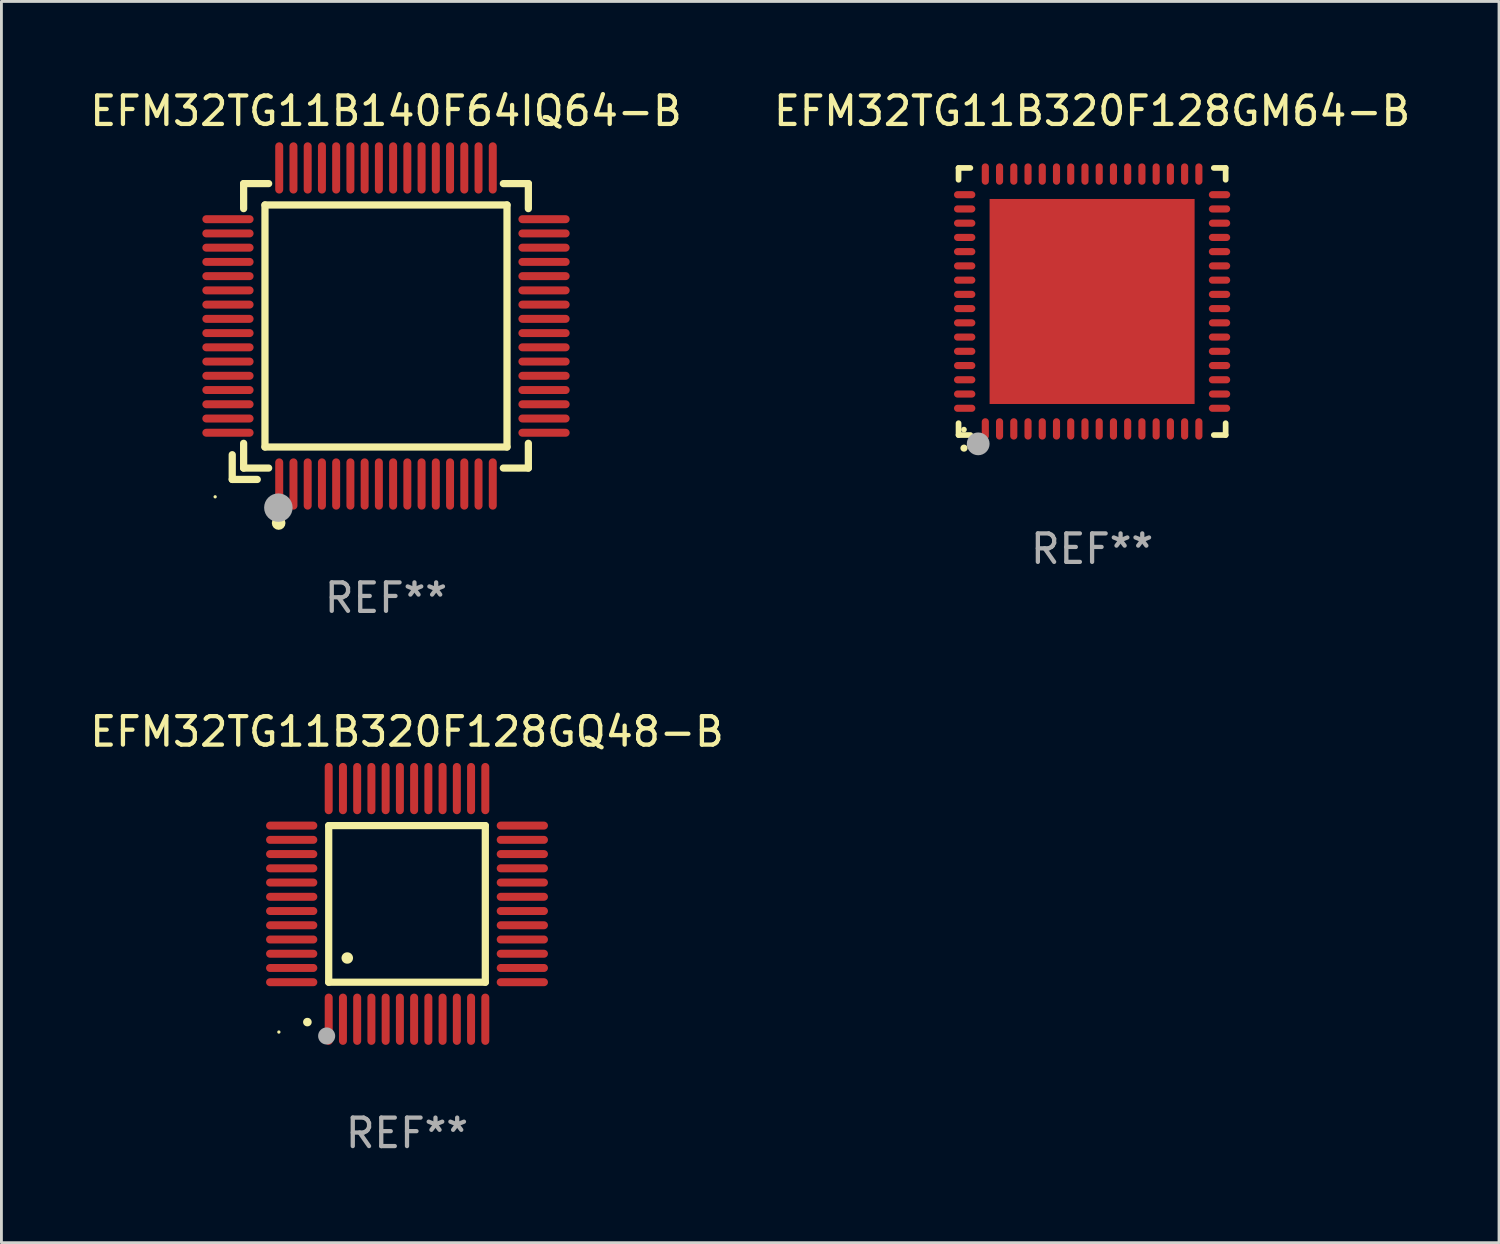
<source format=kicad_pcb>
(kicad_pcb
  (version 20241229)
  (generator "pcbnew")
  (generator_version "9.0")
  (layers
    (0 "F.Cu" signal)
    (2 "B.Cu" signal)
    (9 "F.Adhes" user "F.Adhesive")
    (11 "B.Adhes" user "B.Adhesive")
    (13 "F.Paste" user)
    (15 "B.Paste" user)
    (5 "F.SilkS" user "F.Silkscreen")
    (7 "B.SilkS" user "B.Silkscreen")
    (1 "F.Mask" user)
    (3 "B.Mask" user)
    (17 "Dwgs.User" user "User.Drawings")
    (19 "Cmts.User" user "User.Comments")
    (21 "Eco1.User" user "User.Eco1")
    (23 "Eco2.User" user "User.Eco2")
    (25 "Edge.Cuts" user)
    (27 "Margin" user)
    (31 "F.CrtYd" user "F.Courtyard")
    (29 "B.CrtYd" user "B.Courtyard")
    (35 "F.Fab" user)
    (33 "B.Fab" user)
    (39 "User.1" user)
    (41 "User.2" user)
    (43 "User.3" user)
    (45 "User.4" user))
  (footprint "EFM32TG11B140F64IQ64-B"
    (layer "F.Cu")
    (at 10.506 8.398)
    (property "Reference" "EFM32TG11B140F64IQ64-B" (at 0 -7.55 0) (layer "F.SilkS") (effects (font (size 1 1) (thickness 0.15))))
    (attr through_hole)
    (fp_line (start -5.4 4.521) (end -5.4 5.39) (stroke (width 0.254) (type solid)) (layer "F.SilkS"))
    (fp_line (start -5.4 5.39) (end -4.521 5.39) (stroke (width 0.254) (type solid)) (layer "F.SilkS"))
    (fp_line (start -5 -5) (end -5 -4.121) (stroke (width 0.254) (type solid)) (layer "F.SilkS"))
    (fp_line (start -5 4.121) (end -5 4.99) (stroke (width 0.254) (type solid)) (layer "F.SilkS"))
    (fp_line (start -5 4.99) (end -4.121 4.99) (stroke (width 0.254) (type solid)) (layer "F.SilkS"))
    (fp_line (start -4.25 -4.25) (end -4.25 4.25) (stroke (width 0.254) (type solid)) (layer "F.SilkS"))
    (fp_line (start -4.25 4.25) (end 4.25 4.25) (stroke (width 0.254) (type solid)) (layer "F.SilkS"))
    (fp_line (start -4.121 -5) (end -5 -5) (stroke (width 0.254) (type solid)) (layer "F.SilkS"))
    (fp_line (start 4.121 4.99) (end 5 4.99) (stroke (width 0.254) (type solid)) (layer "F.SilkS"))
    (fp_line (start 4.25 -4.25) (end -4.25 -4.25) (stroke (width 0.254) (type solid)) (layer "F.SilkS"))
    (fp_line (start 4.25 4.25) (end 4.25 -4.25) (stroke (width 0.254) (type solid)) (layer "F.SilkS"))
    (fp_line (start 5 -5) (end 4.121 -5) (stroke (width 0.254) (type solid)) (layer "F.SilkS"))
    (fp_line (start 5 -4.121) (end 5 -5) (stroke (width 0.254) (type solid)) (layer "F.SilkS"))
    (fp_line (start 5 4.99) (end 5 4.121) (stroke (width 0.254) (type solid)) (layer "F.SilkS"))
    (fp_circle (center -6 6) (end -5.97 6) (stroke (width 0.06) (type solid)) (fill no) (layer "F.SilkS"))
    (fp_circle (center -3.77 6.92) (end -3.65 6.92) (stroke (width 0.24) (type solid)) (fill no) (layer "F.SilkS"))
    (fp_circle (center -3.78 6.38) (end -3.53 6.38) (stroke (width 0.5) (type solid)) (fill no) (layer "F.Fab"))
    (fp_text user "REF**" (at 0 9.55 0) (layer "F.Fab") (effects (font (size 1 1) (thickness 0.15))))
    (pad "1" smd oval (at -3.75 5.55) (size 0.28 1.8) (layers "F.Cu" "F.Mask" "F.Paste"))
    (pad "2" smd oval (at -3.25 5.55) (size 0.28 1.8) (layers "F.Cu" "F.Mask" "F.Paste"))
    (pad "3" smd oval (at -2.75 5.55) (size 0.28 1.8) (layers "F.Cu" "F.Mask" "F.Paste"))
    (pad "4" smd oval (at -2.25 5.55) (size 0.28 1.8) (layers "F.Cu" "F.Mask" "F.Paste"))
    (pad "5" smd oval (at -1.75 5.55) (size 0.28 1.8) (layers "F.Cu" "F.Mask" "F.Paste"))
    (pad "6" smd oval (at -1.25 5.55) (size 0.28 1.8) (layers "F.Cu" "F.Mask" "F.Paste"))
    (pad "7" smd oval (at -0.75 5.55) (size 0.28 1.8) (layers "F.Cu" "F.Mask" "F.Paste"))
    (pad "8" smd oval (at -0.25 5.55) (size 0.28 1.8) (layers "F.Cu" "F.Mask" "F.Paste"))
    (pad "9" smd oval (at 0.25 5.55) (size 0.28 1.8) (layers "F.Cu" "F.Mask" "F.Paste"))
    (pad "10" smd oval (at 0.75 5.55) (size 0.28 1.8) (layers "F.Cu" "F.Mask" "F.Paste"))
    (pad "11" smd oval (at 1.25 5.55) (size 0.28 1.8) (layers "F.Cu" "F.Mask" "F.Paste"))
    (pad "12" smd oval (at 1.75 5.55) (size 0.28 1.8) (layers "F.Cu" "F.Mask" "F.Paste"))
    (pad "13" smd oval (at 2.25 5.55) (size 0.28 1.8) (layers "F.Cu" "F.Mask" "F.Paste"))
    (pad "14" smd oval (at 2.75 5.55) (size 0.28 1.8) (layers "F.Cu" "F.Mask" "F.Paste"))
    (pad "15" smd oval (at 3.25 5.55) (size 0.28 1.8) (layers "F.Cu" "F.Mask" "F.Paste"))
    (pad "16" smd oval (at 3.75 5.55) (size 0.28 1.8) (layers "F.Cu" "F.Mask" "F.Paste"))
    (pad "17" smd oval (at 5.55 3.75) (size 1.8 0.28) (layers "F.Cu" "F.Mask" "F.Paste"))
    (pad "18" smd oval (at 5.55 3.25) (size 1.8 0.28) (layers "F.Cu" "F.Mask" "F.Paste"))
    (pad "19" smd oval (at 5.55 2.75) (size 1.8 0.28) (layers "F.Cu" "F.Mask" "F.Paste"))
    (pad "20" smd oval (at 5.55 2.25) (size 1.8 0.28) (layers "F.Cu" "F.Mask" "F.Paste"))
    (pad "21" smd oval (at 5.55 1.75) (size 1.8 0.28) (layers "F.Cu" "F.Mask" "F.Paste"))
    (pad "22" smd oval (at 5.55 1.25) (size 1.8 0.28) (layers "F.Cu" "F.Mask" "F.Paste"))
    (pad "23" smd oval (at 5.55 0.75) (size 1.8 0.28) (layers "F.Cu" "F.Mask" "F.Paste"))
    (pad "24" smd oval (at 5.55 0.25) (size 1.8 0.28) (layers "F.Cu" "F.Mask" "F.Paste"))
    (pad "25" smd oval (at 5.55 -0.25) (size 1.8 0.28) (layers "F.Cu" "F.Mask" "F.Paste"))
    (pad "26" smd oval (at 5.55 -0.75) (size 1.8 0.28) (layers "F.Cu" "F.Mask" "F.Paste"))
    (pad "27" smd oval (at 5.55 -1.25) (size 1.8 0.28) (layers "F.Cu" "F.Mask" "F.Paste"))
    (pad "28" smd oval (at 5.55 -1.75) (size 1.8 0.28) (layers "F.Cu" "F.Mask" "F.Paste"))
    (pad "29" smd oval (at 5.55 -2.25) (size 1.8 0.28) (layers "F.Cu" "F.Mask" "F.Paste"))
    (pad "30" smd oval (at 5.55 -2.75) (size 1.8 0.28) (layers "F.Cu" "F.Mask" "F.Paste"))
    (pad "31" smd oval (at 5.55 -3.25) (size 1.8 0.28) (layers "F.Cu" "F.Mask" "F.Paste"))
    (pad "32" smd oval (at 5.55 -3.75) (size 1.8 0.28) (layers "F.Cu" "F.Mask" "F.Paste"))
    (pad "33" smd oval (at 3.75 -5.55) (size 0.28 1.8) (layers "F.Cu" "F.Mask" "F.Paste"))
    (pad "34" smd oval (at 3.25 -5.55) (size 0.28 1.8) (layers "F.Cu" "F.Mask" "F.Paste"))
    (pad "35" smd oval (at 2.75 -5.55) (size 0.28 1.8) (layers "F.Cu" "F.Mask" "F.Paste"))
    (pad "36" smd oval (at 2.25 -5.55) (size 0.28 1.8) (layers "F.Cu" "F.Mask" "F.Paste"))
    (pad "37" smd oval (at 1.75 -5.55) (size 0.28 1.8) (layers "F.Cu" "F.Mask" "F.Paste"))
    (pad "38" smd oval (at 1.25 -5.55) (size 0.28 1.8) (layers "F.Cu" "F.Mask" "F.Paste"))
    (pad "39" smd oval (at 0.75 -5.55) (size 0.28 1.8) (layers "F.Cu" "F.Mask" "F.Paste"))
    (pad "40" smd oval (at 0.25 -5.55) (size 0.28 1.8) (layers "F.Cu" "F.Mask" "F.Paste"))
    (pad "41" smd oval (at -0.25 -5.55) (size 0.28 1.8) (layers "F.Cu" "F.Mask" "F.Paste"))
    (pad "42" smd oval (at -0.75 -5.55) (size 0.28 1.8) (layers "F.Cu" "F.Mask" "F.Paste"))
    (pad "43" smd oval (at -1.25 -5.55) (size 0.28 1.8) (layers "F.Cu" "F.Mask" "F.Paste"))
    (pad "44" smd oval (at -1.75 -5.55) (size 0.28 1.8) (layers "F.Cu" "F.Mask" "F.Paste"))
    (pad "45" smd oval (at -2.25 -5.55) (size 0.28 1.8) (layers "F.Cu" "F.Mask" "F.Paste"))
    (pad "46" smd oval (at -2.75 -5.55) (size 0.28 1.8) (layers "F.Cu" "F.Mask" "F.Paste"))
    (pad "47" smd oval (at -3.25 -5.55) (size 0.28 1.8) (layers "F.Cu" "F.Mask" "F.Paste"))
    (pad "48" smd oval (at -3.75 -5.55) (size 0.28 1.8) (layers "F.Cu" "F.Mask" "F.Paste"))
    (pad "49" smd oval (at -5.55 -3.75) (size 1.8 0.28) (layers "F.Cu" "F.Mask" "F.Paste"))
    (pad "50" smd oval (at -5.55 -3.25) (size 1.8 0.28) (layers "F.Cu" "F.Mask" "F.Paste"))
    (pad "51" smd oval (at -5.55 -2.75) (size 1.8 0.28) (layers "F.Cu" "F.Mask" "F.Paste"))
    (pad "52" smd oval (at -5.55 -2.25) (size 1.8 0.28) (layers "F.Cu" "F.Mask" "F.Paste"))
    (pad "53" smd oval (at -5.55 -1.75) (size 1.8 0.28) (layers "F.Cu" "F.Mask" "F.Paste"))
    (pad "54" smd oval (at -5.55 -1.25) (size 1.8 0.28) (layers "F.Cu" "F.Mask" "F.Paste"))
    (pad "55" smd oval (at -5.55 -0.75) (size 1.8 0.28) (layers "F.Cu" "F.Mask" "F.Paste"))
    (pad "56" smd oval (at -5.55 -0.25) (size 1.8 0.28) (layers "F.Cu" "F.Mask" "F.Paste"))
    (pad "57" smd oval (at -5.55 0.25) (size 1.8 0.28) (layers "F.Cu" "F.Mask" "F.Paste"))
    (pad "58" smd oval (at -5.55 0.75) (size 1.8 0.28) (layers "F.Cu" "F.Mask" "F.Paste"))
    (pad "59" smd oval (at -5.55 1.25) (size 1.8 0.28) (layers "F.Cu" "F.Mask" "F.Paste"))
    (pad "60" smd oval (at -5.55 1.75) (size 1.8 0.28) (layers "F.Cu" "F.Mask" "F.Paste"))
    (pad "61" smd oval (at -5.55 2.25) (size 1.8 0.28) (layers "F.Cu" "F.Mask" "F.Paste"))
    (pad "62" smd oval (at -5.55 2.75) (size 1.8 0.28) (layers "F.Cu" "F.Mask" "F.Paste"))
    (pad "63" smd oval (at -5.55 3.25) (size 1.8 0.28) (layers "F.Cu" "F.Mask" "F.Paste"))
    (pad "64" smd oval (at -5.55 3.75) (size 1.8 0.28) (layers "F.Cu" "F.Mask" "F.Paste")))
  (footprint "EFM32TG11B320F128GM64-B"
    (layer "F.Cu")
    (at 35.304 7.538)
    (property "Reference" "EFM32TG11B320F128GM64-B" (at 0 -6.69 0) (layer "F.SilkS") (effects (font (size 1 1) (thickness 0.15))))
    (attr through_hole)
    (fp_line (start -4.69 -4.69) (end -4.275 -4.69) (stroke (width 0.2) (type solid)) (layer "F.SilkS"))
    (fp_line (start -4.69 -4.275) (end -4.69 -4.69) (stroke (width 0.2) (type solid)) (layer "F.SilkS"))
    (fp_line (start -4.69 4.69) (end -4.69 4.275) (stroke (width 0.2) (type solid)) (layer "F.SilkS"))
    (fp_line (start -4.275 4.69) (end -4.69 4.69) (stroke (width 0.2) (type solid)) (layer "F.SilkS"))
    (fp_line (start 4.275 4.69) (end 4.69 4.69) (stroke (width 0.2) (type solid)) (layer "F.SilkS"))
    (fp_line (start 4.69 -4.69) (end 4.275 -4.69) (stroke (width 0.2) (type solid)) (layer "F.SilkS"))
    (fp_line (start 4.69 -4.275) (end 4.69 -4.69) (stroke (width 0.2) (type solid)) (layer "F.SilkS"))
    (fp_line (start 4.69 4.69) (end 4.69 4.275) (stroke (width 0.2) (type solid)) (layer "F.SilkS"))
    (fp_arc (start -4.499886 5.15) (mid -4.498616 5.149994) (end -4.497346 5.15) (stroke (width 0.24892) (type solid)) (layer "F.SilkS"))
    (fp_circle (center -4.5 4.5) (end -4.45 4.5) (stroke (width 0.1) (type solid)) (fill no) (layer "F.SilkS"))
    (fp_circle (center -4 5) (end -3.8 5) (stroke (width 0.4) (type solid)) (fill no) (layer "F.Fab"))
    (fp_text user "REF**" (at 0 8.69 0) (layer "F.Fab") (effects (font (size 1 1) (thickness 0.15))))
    (pad "1" smd oval (at -3.75 4.475) (size 0.25 0.75) (layers "F.Cu" "F.Mask" "F.Paste"))
    (pad "2" smd oval (at -3.25 4.475) (size 0.25 0.75) (layers "F.Cu" "F.Mask" "F.Paste"))
    (pad "3" smd oval (at -2.75 4.475) (size 0.25 0.75) (layers "F.Cu" "F.Mask" "F.Paste"))
    (pad "4" smd oval (at -2.25 4.475) (size 0.25 0.75) (layers "F.Cu" "F.Mask" "F.Paste"))
    (pad "5" smd oval (at -1.75 4.475) (size 0.25 0.75) (layers "F.Cu" "F.Mask" "F.Paste"))
    (pad "6" smd oval (at -1.25 4.475) (size 0.25 0.75) (layers "F.Cu" "F.Mask" "F.Paste"))
    (pad "7" smd oval (at -0.75 4.475) (size 0.25 0.75) (layers "F.Cu" "F.Mask" "F.Paste"))
    (pad "8" smd oval (at -0.25 4.475) (size 0.25 0.75) (layers "F.Cu" "F.Mask" "F.Paste"))
    (pad "9" smd oval (at 0.25 4.475) (size 0.25 0.75) (layers "F.Cu" "F.Mask" "F.Paste"))
    (pad "10" smd oval (at 0.75 4.475) (size 0.25 0.75) (layers "F.Cu" "F.Mask" "F.Paste"))
    (pad "11" smd oval (at 1.25 4.475) (size 0.25 0.75) (layers "F.Cu" "F.Mask" "F.Paste"))
    (pad "12" smd oval (at 1.75 4.475) (size 0.25 0.75) (layers "F.Cu" "F.Mask" "F.Paste"))
    (pad "13" smd oval (at 2.25 4.475) (size 0.25 0.75) (layers "F.Cu" "F.Mask" "F.Paste"))
    (pad "14" smd oval (at 2.75 4.475) (size 0.25 0.75) (layers "F.Cu" "F.Mask" "F.Paste"))
    (pad "15" smd oval (at 3.25 4.475) (size 0.25 0.75) (layers "F.Cu" "F.Mask" "F.Paste"))
    (pad "16" smd oval (at 3.75 4.475) (size 0.25 0.75) (layers "F.Cu" "F.Mask" "F.Paste"))
    (pad "17" smd oval (at 4.475 3.75) (size 0.75 0.25) (layers "F.Cu" "F.Mask" "F.Paste"))
    (pad "18" smd oval (at 4.475 3.25) (size 0.75 0.25) (layers "F.Cu" "F.Mask" "F.Paste"))
    (pad "19" smd oval (at 4.475 2.75) (size 0.75 0.25) (layers "F.Cu" "F.Mask" "F.Paste"))
    (pad "20" smd oval (at 4.475 2.25) (size 0.75 0.25) (layers "F.Cu" "F.Mask" "F.Paste"))
    (pad "21" smd oval (at 4.475 1.75) (size 0.75 0.25) (layers "F.Cu" "F.Mask" "F.Paste"))
    (pad "22" smd oval (at 4.475 1.25) (size 0.75 0.25) (layers "F.Cu" "F.Mask" "F.Paste"))
    (pad "23" smd oval (at 4.475 0.75) (size 0.75 0.25) (layers "F.Cu" "F.Mask" "F.Paste"))
    (pad "24" smd oval (at 4.475 0.25) (size 0.75 0.25) (layers "F.Cu" "F.Mask" "F.Paste"))
    (pad "25" smd oval (at 4.475 -0.25) (size 0.75 0.25) (layers "F.Cu" "F.Mask" "F.Paste"))
    (pad "26" smd oval (at 4.475 -0.75) (size 0.75 0.25) (layers "F.Cu" "F.Mask" "F.Paste"))
    (pad "27" smd oval (at 4.475 -1.25) (size 0.75 0.25) (layers "F.Cu" "F.Mask" "F.Paste"))
    (pad "28" smd oval (at 4.475 -1.75) (size 0.75 0.25) (layers "F.Cu" "F.Mask" "F.Paste"))
    (pad "29" smd oval (at 4.475 -2.25) (size 0.75 0.25) (layers "F.Cu" "F.Mask" "F.Paste"))
    (pad "30" smd oval (at 4.475 -2.75) (size 0.75 0.25) (layers "F.Cu" "F.Mask" "F.Paste"))
    (pad "31" smd oval (at 4.475 -3.25) (size 0.75 0.25) (layers "F.Cu" "F.Mask" "F.Paste"))
    (pad "32" smd oval (at 4.475 -3.75) (size 0.75 0.25) (layers "F.Cu" "F.Mask" "F.Paste"))
    (pad "33" smd oval (at 3.75 -4.475) (size 0.25 0.75) (layers "F.Cu" "F.Mask" "F.Paste"))
    (pad "34" smd oval (at 3.25 -4.475) (size 0.25 0.75) (layers "F.Cu" "F.Mask" "F.Paste"))
    (pad "35" smd oval (at 2.75 -4.475) (size 0.25 0.75) (layers "F.Cu" "F.Mask" "F.Paste"))
    (pad "36" smd oval (at 2.25 -4.475) (size 0.25 0.75) (layers "F.Cu" "F.Mask" "F.Paste"))
    (pad "37" smd oval (at 1.75 -4.475) (size 0.25 0.75) (layers "F.Cu" "F.Mask" "F.Paste"))
    (pad "38" smd oval (at 1.25 -4.475) (size 0.25 0.75) (layers "F.Cu" "F.Mask" "F.Paste"))
    (pad "39" smd oval (at 0.75 -4.475) (size 0.25 0.75) (layers "F.Cu" "F.Mask" "F.Paste"))
    (pad "40" smd oval (at 0.25 -4.475) (size 0.25 0.75) (layers "F.Cu" "F.Mask" "F.Paste"))
    (pad "41" smd oval (at -0.25 -4.475) (size 0.25 0.75) (layers "F.Cu" "F.Mask" "F.Paste"))
    (pad "42" smd oval (at -0.75 -4.475) (size 0.25 0.75) (layers "F.Cu" "F.Mask" "F.Paste"))
    (pad "43" smd oval (at -1.25 -4.475) (size 0.25 0.75) (layers "F.Cu" "F.Mask" "F.Paste"))
    (pad "44" smd oval (at -1.75 -4.475) (size 0.25 0.75) (layers "F.Cu" "F.Mask" "F.Paste"))
    (pad "45" smd oval (at -2.25 -4.475) (size 0.25 0.75) (layers "F.Cu" "F.Mask" "F.Paste"))
    (pad "46" smd oval (at -2.75 -4.475) (size 0.25 0.75) (layers "F.Cu" "F.Mask" "F.Paste"))
    (pad "47" smd oval (at -3.25 -4.475) (size 0.25 0.75) (layers "F.Cu" "F.Mask" "F.Paste"))
    (pad "48" smd oval (at -3.75 -4.475) (size 0.25 0.75) (layers "F.Cu" "F.Mask" "F.Paste"))
    (pad "49" smd oval (at -4.475 -3.75) (size 0.75 0.25) (layers "F.Cu" "F.Mask" "F.Paste"))
    (pad "50" smd oval (at -4.475 -3.25) (size 0.75 0.25) (layers "F.Cu" "F.Mask" "F.Paste"))
    (pad "51" smd oval (at -4.475 -2.75) (size 0.75 0.25) (layers "F.Cu" "F.Mask" "F.Paste"))
    (pad "52" smd oval (at -4.475 -2.25) (size 0.75 0.25) (layers "F.Cu" "F.Mask" "F.Paste"))
    (pad "53" smd oval (at -4.475 -1.75) (size 0.75 0.25) (layers "F.Cu" "F.Mask" "F.Paste"))
    (pad "54" smd oval (at -4.475 -1.25) (size 0.75 0.25) (layers "F.Cu" "F.Mask" "F.Paste"))
    (pad "55" smd oval (at -4.475 -0.75) (size 0.75 0.25) (layers "F.Cu" "F.Mask" "F.Paste"))
    (pad "56" smd oval (at -4.475 -0.25) (size 0.75 0.25) (layers "F.Cu" "F.Mask" "F.Paste"))
    (pad "57" smd oval (at -4.475 0.25) (size 0.75 0.25) (layers "F.Cu" "F.Mask" "F.Paste"))
    (pad "58" smd oval (at -4.475 0.75) (size 0.75 0.25) (layers "F.Cu" "F.Mask" "F.Paste"))
    (pad "59" smd oval (at -4.475 1.25) (size 0.75 0.25) (layers "F.Cu" "F.Mask" "F.Paste"))
    (pad "60" smd oval (at -4.475 1.75) (size 0.75 0.25) (layers "F.Cu" "F.Mask" "F.Paste"))
    (pad "61" smd oval (at -4.475 2.25) (size 0.75 0.25) (layers "F.Cu" "F.Mask" "F.Paste"))
    (pad "62" smd oval (at -4.475 2.75) (size 0.75 0.25) (layers "F.Cu" "F.Mask" "F.Paste"))
    (pad "63" smd oval (at -4.475 3.25) (size 0.75 0.25) (layers "F.Cu" "F.Mask" "F.Paste"))
    (pad "64" smd oval (at -4.475 3.75) (size 0.75 0.25) (layers "F.Cu" "F.Mask" "F.Paste"))
    (pad "65" smd rect (at 0.000368 0.000013) (size 7.2 7.2) (layers "F.Cu" "F.Mask" "F.Paste")))
  (footprint "EFM32TG11B320F128GQ48-B"
    (layer "F.Cu")
    (at 11.244 28.695)
    (property "Reference" "EFM32TG11B320F128GQ48-B" (at 0 -6.05 0) (layer "F.SilkS") (effects (font (size 1 1) (thickness 0.15))))
    (attr through_hole)
    (fp_line (start -2.75 -2.75) (end 2.75 -2.75) (stroke (width 0.254) (type solid)) (layer "F.SilkS"))
    (fp_line (start -2.75 2.75) (end -2.75 -2.75) (stroke (width 0.254) (type solid)) (layer "F.SilkS"))
    (fp_line (start 2.75 -2.75) (end 2.75 2.75) (stroke (width 0.254) (type solid)) (layer "F.SilkS"))
    (fp_line (start 2.75 2.75) (end -2.75 2.75) (stroke (width 0.254) (type solid)) (layer "F.SilkS"))
    (fp_arc (start -3.500127 4.150368) (mid -3.498857 4.150363) (end -3.497587 4.150368) (stroke (width 0.3) (type solid)) (layer "F.SilkS"))
    (fp_arc (start -2.100584 1.899924) (mid -2.098044 1.899908) (end -2.095504 1.899924) (stroke (width 0.4) (type solid)) (layer "F.SilkS"))
    (fp_circle (center -4.5 4.5) (end -4.47 4.5) (stroke (width 0.06) (type solid)) (fill no) (layer "F.SilkS"))
    (fp_circle (center -2.822 4.638) (end -2.672 4.638) (stroke (width 0.3) (type solid)) (fill no) (layer "F.Fab"))
    (fp_text user "REF**" (at 0 8.05 0) (layer "F.Fab") (effects (font (size 1 1) (thickness 0.15))))
    (pad "1" smd oval (at -2.75 4.05) (size 0.28 1.8) (layers "F.Cu" "F.Mask" "F.Paste"))
    (pad "2" smd oval (at -2.25 4.05) (size 0.28 1.8) (layers "F.Cu" "F.Mask" "F.Paste"))
    (pad "3" smd oval (at -1.75 4.05) (size 0.28 1.8) (layers "F.Cu" "F.Mask" "F.Paste"))
    (pad "4" smd oval (at -1.25 4.05) (size 0.28 1.8) (layers "F.Cu" "F.Mask" "F.Paste"))
    (pad "5" smd oval (at -0.75 4.05) (size 0.28 1.8) (layers "F.Cu" "F.Mask" "F.Paste"))
    (pad "6" smd oval (at -0.25 4.05) (size 0.28 1.8) (layers "F.Cu" "F.Mask" "F.Paste"))
    (pad "7" smd oval (at 0.25 4.05) (size 0.28 1.8) (layers "F.Cu" "F.Mask" "F.Paste"))
    (pad "8" smd oval (at 0.75 4.05) (size 0.28 1.8) (layers "F.Cu" "F.Mask" "F.Paste"))
    (pad "9" smd oval (at 1.25 4.05) (size 0.28 1.8) (layers "F.Cu" "F.Mask" "F.Paste"))
    (pad "10" smd oval (at 1.75 4.05) (size 0.28 1.8) (layers "F.Cu" "F.Mask" "F.Paste"))
    (pad "11" smd oval (at 2.25 4.05) (size 0.28 1.8) (layers "F.Cu" "F.Mask" "F.Paste"))
    (pad "12" smd oval (at 2.75 4.05) (size 0.28 1.8) (layers "F.Cu" "F.Mask" "F.Paste"))
    (pad "13" smd oval (at 4.05 2.75) (size 1.8 0.28) (layers "F.Cu" "F.Mask" "F.Paste"))
    (pad "14" smd oval (at 4.05 2.25) (size 1.8 0.28) (layers "F.Cu" "F.Mask" "F.Paste"))
    (pad "15" smd oval (at 4.05 1.75) (size 1.8 0.28) (layers "F.Cu" "F.Mask" "F.Paste"))
    (pad "16" smd oval (at 4.05 1.25) (size 1.8 0.28) (layers "F.Cu" "F.Mask" "F.Paste"))
    (pad "17" smd oval (at 4.05 0.75) (size 1.8 0.28) (layers "F.Cu" "F.Mask" "F.Paste"))
    (pad "18" smd oval (at 4.05 0.25) (size 1.8 0.28) (layers "F.Cu" "F.Mask" "F.Paste"))
    (pad "19" smd oval (at 4.05 -0.25) (size 1.8 0.28) (layers "F.Cu" "F.Mask" "F.Paste"))
    (pad "20" smd oval (at 4.05 -0.75) (size 1.8 0.28) (layers "F.Cu" "F.Mask" "F.Paste"))
    (pad "21" smd oval (at 4.05 -1.25) (size 1.8 0.28) (layers "F.Cu" "F.Mask" "F.Paste"))
    (pad "22" smd oval (at 4.05 -1.75) (size 1.8 0.28) (layers "F.Cu" "F.Mask" "F.Paste"))
    (pad "23" smd oval (at 4.05 -2.25) (size 1.8 0.28) (layers "F.Cu" "F.Mask" "F.Paste"))
    (pad "24" smd oval (at 4.05 -2.75) (size 1.8 0.28) (layers "F.Cu" "F.Mask" "F.Paste"))
    (pad "25" smd oval (at 2.75 -4.05) (size 0.28 1.8) (layers "F.Cu" "F.Mask" "F.Paste"))
    (pad "26" smd oval (at 2.25 -4.05) (size 0.28 1.8) (layers "F.Cu" "F.Mask" "F.Paste"))
    (pad "27" smd oval (at 1.75 -4.05) (size 0.28 1.8) (layers "F.Cu" "F.Mask" "F.Paste"))
    (pad "28" smd oval (at 1.25 -4.05) (size 0.28 1.8) (layers "F.Cu" "F.Mask" "F.Paste"))
    (pad "29" smd oval (at 0.75 -4.05) (size 0.28 1.8) (layers "F.Cu" "F.Mask" "F.Paste"))
    (pad "30" smd oval (at 0.25 -4.05) (size 0.28 1.8) (layers "F.Cu" "F.Mask" "F.Paste"))
    (pad "31" smd oval (at -0.25 -4.05) (size 0.28 1.8) (layers "F.Cu" "F.Mask" "F.Paste"))
    (pad "32" smd oval (at -0.75 -4.05) (size 0.28 1.8) (layers "F.Cu" "F.Mask" "F.Paste"))
    (pad "33" smd oval (at -1.25 -4.05) (size 0.28 1.8) (layers "F.Cu" "F.Mask" "F.Paste"))
    (pad "34" smd oval (at -1.75 -4.05) (size 0.28 1.8) (layers "F.Cu" "F.Mask" "F.Paste"))
    (pad "35" smd oval (at -2.25 -4.05) (size 0.28 1.8) (layers "F.Cu" "F.Mask" "F.Paste"))
    (pad "36" smd oval (at -2.75 -4.05) (size 0.28 1.8) (layers "F.Cu" "F.Mask" "F.Paste"))
    (pad "37" smd oval (at -4.05 -2.75) (size 1.8 0.28) (layers "F.Cu" "F.Mask" "F.Paste"))
    (pad "38" smd oval (at -4.05 -2.25) (size 1.8 0.28) (layers "F.Cu" "F.Mask" "F.Paste"))
    (pad "39" smd oval (at -4.05 -1.75) (size 1.8 0.28) (layers "F.Cu" "F.Mask" "F.Paste"))
    (pad "40" smd oval (at -4.05 -1.25) (size 1.8 0.28) (layers "F.Cu" "F.Mask" "F.Paste"))
    (pad "41" smd oval (at -4.05 -0.75) (size 1.8 0.28) (layers "F.Cu" "F.Mask" "F.Paste"))
    (pad "42" smd oval (at -4.05 -0.25) (size 1.8 0.28) (layers "F.Cu" "F.Mask" "F.Paste"))
    (pad "43" smd oval (at -4.05 0.25) (size 1.8 0.28) (layers "F.Cu" "F.Mask" "F.Paste"))
    (pad "44" smd oval (at -4.05 0.75) (size 1.8 0.28) (layers "F.Cu" "F.Mask" "F.Paste"))
    (pad "45" smd oval (at -4.05 1.25) (size 1.8 0.28) (layers "F.Cu" "F.Mask" "F.Paste"))
    (pad "46" smd oval (at -4.05 1.75) (size 1.8 0.28) (layers "F.Cu" "F.Mask" "F.Paste"))
    (pad "47" smd oval (at -4.05 2.25) (size 1.8 0.28) (layers "F.Cu" "F.Mask" "F.Paste"))
    (pad "48" smd oval (at -4.05 2.75) (size 1.8 0.28) (layers "F.Cu" "F.Mask" "F.Paste")))
  (gr_rect
    (start -3 -3)
    (end 49.595 40.593)
    (stroke (width 0.1) (type default))
    (fill no)
    (layer "Edge.Cuts")))
</source>
